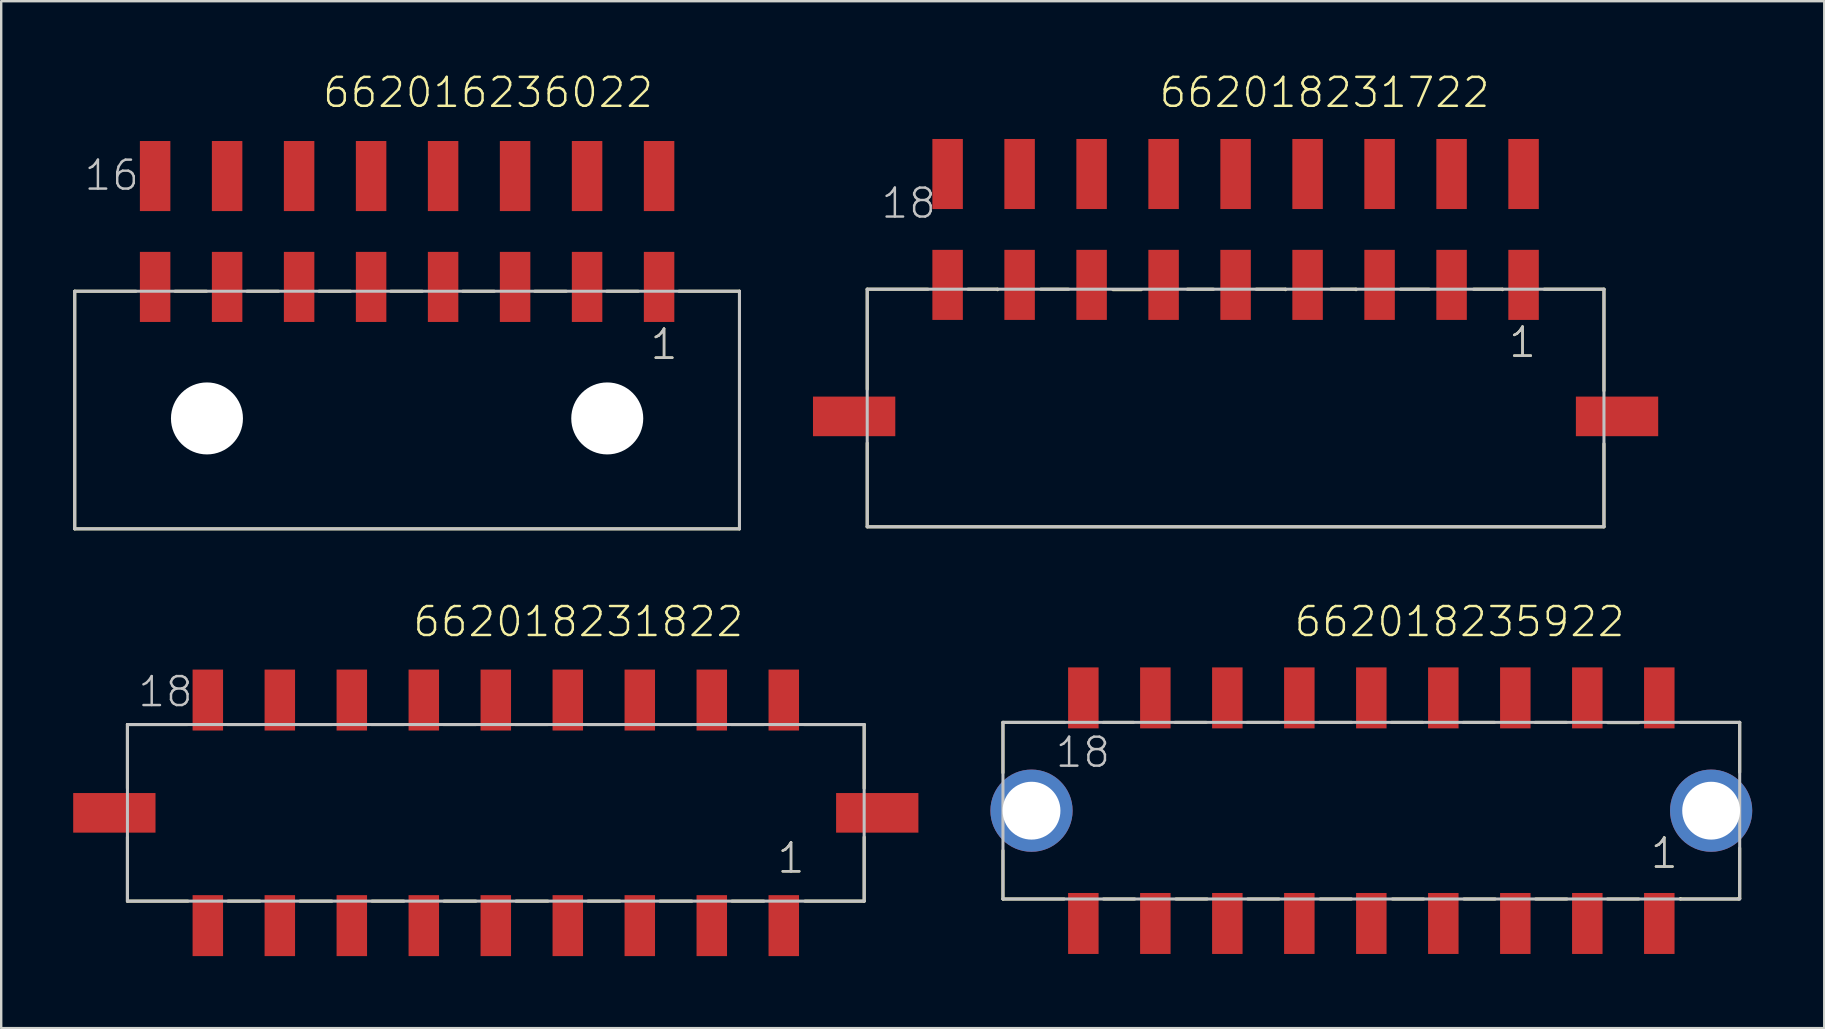
<source format=kicad_pcb>
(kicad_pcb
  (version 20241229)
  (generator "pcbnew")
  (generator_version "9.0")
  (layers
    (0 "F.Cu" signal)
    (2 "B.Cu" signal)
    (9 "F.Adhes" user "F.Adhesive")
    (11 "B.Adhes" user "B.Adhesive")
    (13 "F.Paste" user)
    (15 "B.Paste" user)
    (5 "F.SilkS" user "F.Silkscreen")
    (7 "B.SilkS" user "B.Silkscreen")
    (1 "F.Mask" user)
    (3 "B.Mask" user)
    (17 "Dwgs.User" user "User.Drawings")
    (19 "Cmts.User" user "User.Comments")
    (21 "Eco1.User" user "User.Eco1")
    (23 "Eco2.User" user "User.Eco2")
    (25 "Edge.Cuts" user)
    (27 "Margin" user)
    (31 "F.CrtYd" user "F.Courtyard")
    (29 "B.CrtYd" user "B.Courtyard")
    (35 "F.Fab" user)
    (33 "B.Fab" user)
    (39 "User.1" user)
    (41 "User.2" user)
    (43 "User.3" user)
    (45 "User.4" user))
  (footprint "662016236022"
    (layer "F.Cu")
    (at 13.914 14.386)
    (property "Reference" "662016236022" (at -3.585 -12.875 0) (layer "F.SilkS") (effects (font (size 1.206 1.206) (thickness 0.102)) (justify left bottom)))
    (attr through_hole)
    (fp_line (start -13.85 -5.3) (end -13.85 4.6) (stroke (width 0.127) (type solid)) (layer "F.SilkS"))
    (fp_line (start -13.85 4.6) (end 13.85 4.6) (stroke (width 0.127) (type solid)) (layer "F.SilkS"))
    (fp_line (start -11.3 -5.3) (end -13.85 -5.3) (stroke (width 0.127) (type solid)) (layer "F.SilkS"))
    (fp_line (start -9.67 -5.3) (end -8.36 -5.3) (stroke (width 0.127) (type solid)) (layer "F.SilkS"))
    (fp_line (start -6.67 -5.3) (end -5.36 -5.3) (stroke (width 0.127) (type solid)) (layer "F.SilkS"))
    (fp_line (start -3.67 -5.3) (end -2.36 -5.3) (stroke (width 0.127) (type solid)) (layer "F.SilkS"))
    (fp_line (start -0.68 -5.3) (end 0.63 -5.3) (stroke (width 0.127) (type solid)) (layer "F.SilkS"))
    (fp_line (start 2.32 -5.3) (end 3.63 -5.3) (stroke (width 0.127) (type solid)) (layer "F.SilkS"))
    (fp_line (start 5.32 -5.3) (end 6.63 -5.3) (stroke (width 0.127) (type solid)) (layer "F.SilkS"))
    (fp_line (start 8.32 -5.3) (end 9.63 -5.3) (stroke (width 0.127) (type solid)) (layer "F.SilkS"))
    (fp_line (start 11.33 -5.3) (end 13.85 -5.3) (stroke (width 0.127) (type solid)) (layer "F.SilkS"))
    (fp_line (start 13.85 4.6) (end 13.85 -5.3) (stroke (width 0.127) (type solid)) (layer "F.SilkS"))
    (fp_line (start -13.85 -5.3) (end 13.85 -5.3) (stroke (width 0.127) (type solid)) (layer "Dwgs.User"))
    (fp_line (start -13.85 4.6) (end -13.85 -5.3) (stroke (width 0.127) (type solid)) (layer "Dwgs.User"))
    (fp_line (start 13.85 -5.3) (end 13.85 4.6) (stroke (width 0.127) (type solid)) (layer "Dwgs.User"))
    (fp_line (start 13.85 4.6) (end -13.85 4.6) (stroke (width 0.127) (type solid)) (layer "Dwgs.User"))
    (fp_text user "1" (at 10.065 -2.38 0) (layer "F.SilkS") (effects (font (size 1.206 1.206) (thickness 0.102)) (justify left bottom)))
    (fp_text user "1" (at 10.065 -2.38 0) (layer "Dwgs.User") (effects (font (size 1.206 1.206) (thickness 0.102)) (justify left bottom)))
    (fp_text user "16" (at -13.525 -9.425 0) (layer "Dwgs.User") (effects (font (size 1.206 1.206) (thickness 0.102)) (justify left bottom)))
    (pad "" np_thru_hole circle (at -8.34 0) (size 3 3) (drill 3) (layers "*.Cu"))
    (pad "" np_thru_hole circle (at 8.34 0) (size 3 3) (drill 3) (layers "*.Cu"))
    (pad "1" smd rect (at 10.5 -5.48 90) (size 2.92 1.27) (layers "F.Cu" "F.Mask" "F.Paste"))
    (pad "2" smd rect (at 7.5 -5.48 90) (size 2.92 1.27) (layers "F.Cu" "F.Mask" "F.Paste"))
    (pad "3" smd rect (at 4.5 -5.48 90) (size 2.92 1.27) (layers "F.Cu" "F.Mask" "F.Paste"))
    (pad "4" smd rect (at 1.5 -5.48 90) (size 2.92 1.27) (layers "F.Cu" "F.Mask" "F.Paste"))
    (pad "5" smd rect (at -1.5 -5.48 90) (size 2.92 1.27) (layers "F.Cu" "F.Mask" "F.Paste"))
    (pad "6" smd rect (at -4.5 -5.48 90) (size 2.92 1.27) (layers "F.Cu" "F.Mask" "F.Paste"))
    (pad "7" smd rect (at -7.5 -5.48 90) (size 2.92 1.27) (layers "F.Cu" "F.Mask" "F.Paste"))
    (pad "8" smd rect (at -10.5 -5.48 90) (size 2.92 1.27) (layers "F.Cu" "F.Mask" "F.Paste"))
    (pad "9" smd rect (at 10.5 -10.1 90) (size 2.92 1.27) (layers "F.Cu" "F.Mask" "F.Paste"))
    (pad "10" smd rect (at 7.5 -10.1 90) (size 2.92 1.27) (layers "F.Cu" "F.Mask" "F.Paste"))
    (pad "11" smd rect (at 4.5 -10.1 90) (size 2.92 1.27) (layers "F.Cu" "F.Mask" "F.Paste"))
    (pad "12" smd rect (at 1.5 -10.1 90) (size 2.92 1.27) (layers "F.Cu" "F.Mask" "F.Paste"))
    (pad "13" smd rect (at -1.5 -10.1 90) (size 2.92 1.27) (layers "F.Cu" "F.Mask" "F.Paste"))
    (pad "14" smd rect (at -4.5 -10.1 90) (size 2.92 1.27) (layers "F.Cu" "F.Mask" "F.Paste"))
    (pad "15" smd rect (at -7.5 -10.1 90) (size 2.92 1.27) (layers "F.Cu" "F.Mask" "F.Paste"))
    (pad "16" smd rect (at -10.5 -10.1 90) (size 2.92 1.27) (layers "F.Cu" "F.Mask" "F.Paste")))
  (footprint "662018231822"
    (layer "F.Cu")
    (at 17.61 30.821)
    (property "Reference" "662018231822" (at -3.52 -7.26 0) (layer "F.SilkS") (effects (font (size 1.206 1.206) (thickness 0.102)) (justify left bottom)))
    (attr through_hole)
    (fp_line (start -15.35 -3.68) (end -15.35 -1.02) (stroke (width 0.127) (type solid)) (layer "F.SilkS"))
    (fp_line (start -15.35 1.01) (end -15.35 3.68) (stroke (width 0.127) (type solid)) (layer "F.SilkS"))
    (fp_line (start -12.83 -3.68) (end -15.35 -3.68) (stroke (width 0.127) (type solid)) (layer "F.SilkS"))
    (fp_line (start -12.83 3.68) (end -15.35 3.68) (stroke (width 0.127) (type solid)) (layer "F.SilkS"))
    (fp_line (start -11.19 -3.68) (end -9.81 -3.68) (stroke (width 0.127) (type solid)) (layer "F.SilkS"))
    (fp_line (start -11.16 3.68) (end -9.83 3.68) (stroke (width 0.127) (type solid)) (layer "F.SilkS"))
    (fp_line (start -8.19 -3.68) (end -6.81 -3.68) (stroke (width 0.127) (type solid)) (layer "F.SilkS"))
    (fp_line (start -8.16 3.68) (end -6.83 3.68) (stroke (width 0.127) (type solid)) (layer "F.SilkS"))
    (fp_line (start -5.19 -3.68) (end -3.81 -3.68) (stroke (width 0.127) (type solid)) (layer "F.SilkS"))
    (fp_line (start -5.16 3.68) (end -3.83 3.68) (stroke (width 0.127) (type solid)) (layer "F.SilkS"))
    (fp_line (start -2.19 -3.68) (end -0.81 -3.68) (stroke (width 0.127) (type solid)) (layer "F.SilkS"))
    (fp_line (start -2.16 3.68) (end -0.83 3.68) (stroke (width 0.127) (type solid)) (layer "F.SilkS"))
    (fp_line (start 0.81 -3.68) (end 2.19 -3.68) (stroke (width 0.127) (type solid)) (layer "F.SilkS"))
    (fp_line (start 0.84 3.68) (end 2.17 3.68) (stroke (width 0.127) (type solid)) (layer "F.SilkS"))
    (fp_line (start 3.81 -3.68) (end 5.19 -3.68) (stroke (width 0.127) (type solid)) (layer "F.SilkS"))
    (fp_line (start 3.84 3.68) (end 5.17 3.68) (stroke (width 0.127) (type solid)) (layer "F.SilkS"))
    (fp_line (start 6.81 -3.68) (end 8.19 -3.68) (stroke (width 0.127) (type solid)) (layer "F.SilkS"))
    (fp_line (start 6.84 3.68) (end 8.17 3.68) (stroke (width 0.127) (type solid)) (layer "F.SilkS"))
    (fp_line (start 9.81 -3.68) (end 11.19 -3.68) (stroke (width 0.127) (type solid)) (layer "F.SilkS"))
    (fp_line (start 9.84 3.68) (end 11.17 3.68) (stroke (width 0.127) (type solid)) (layer "F.SilkS"))
    (fp_line (start 12.84 -3.68) (end 15.35 -3.68) (stroke (width 0.127) (type solid)) (layer "F.SilkS"))
    (fp_line (start 15.35 -3.68) (end 15.35 -1.02) (stroke (width 0.127) (type solid)) (layer "F.SilkS"))
    (fp_line (start 15.35 1.01) (end 15.35 3.68) (stroke (width 0.127) (type solid)) (layer "F.SilkS"))
    (fp_line (start 15.35 3.68) (end 12.88 3.68) (stroke (width 0.127) (type solid)) (layer "F.SilkS"))
    (fp_line (start -15.35 -3.68) (end 15.35 -3.68) (stroke (width 0.127) (type solid)) (layer "Dwgs.User"))
    (fp_line (start -15.35 3.68) (end -15.35 -3.68) (stroke (width 0.127) (type solid)) (layer "Dwgs.User"))
    (fp_line (start 15.35 -3.68) (end 15.35 3.68) (stroke (width 0.127) (type solid)) (layer "Dwgs.User"))
    (fp_line (start 15.35 3.68) (end -15.35 3.68) (stroke (width 0.127) (type solid)) (layer "Dwgs.User"))
    (fp_text user "1" (at 11.66 2.59 0) (layer "F.SilkS") (effects (font (size 1.206 1.206) (thickness 0.102)) (justify left bottom)))
    (fp_text user "18" (at -14.98 -4.34 0) (layer "Dwgs.User") (effects (font (size 1.206 1.206) (thickness 0.102)) (justify left bottom)))
    (fp_text user "1" (at 11.66 2.59 0) (layer "Dwgs.User") (effects (font (size 1.206 1.206) (thickness 0.102)) (justify left bottom)))
    (pad "1" smd rect (at 12 4.7 90) (size 2.54 1.27) (layers "F.Cu" "F.Mask" "F.Paste"))
    (pad "2" smd rect (at 9 4.7 90) (size 2.54 1.27) (layers "F.Cu" "F.Mask" "F.Paste"))
    (pad "3" smd rect (at 6 4.7 90) (size 2.54 1.27) (layers "F.Cu" "F.Mask" "F.Paste"))
    (pad "4" smd rect (at 3 4.7 90) (size 2.54 1.27) (layers "F.Cu" "F.Mask" "F.Paste"))
    (pad "5" smd rect (at 0 4.7 90) (size 2.54 1.27) (layers "F.Cu" "F.Mask" "F.Paste"))
    (pad "6" smd rect (at -3 4.7 90) (size 2.54 1.27) (layers "F.Cu" "F.Mask" "F.Paste"))
    (pad "7" smd rect (at -6 4.7 90) (size 2.54 1.27) (layers "F.Cu" "F.Mask" "F.Paste"))
    (pad "8" smd rect (at -9 4.7 90) (size 2.54 1.27) (layers "F.Cu" "F.Mask" "F.Paste"))
    (pad "9" smd rect (at -12 4.7 90) (size 2.54 1.27) (layers "F.Cu" "F.Mask" "F.Paste"))
    (pad "10" smd rect (at 12 -4.7 90) (size 2.54 1.27) (layers "F.Cu" "F.Mask" "F.Paste"))
    (pad "11" smd rect (at 9 -4.7 90) (size 2.54 1.27) (layers "F.Cu" "F.Mask" "F.Paste"))
    (pad "12" smd rect (at 6 -4.7 90) (size 2.54 1.27) (layers "F.Cu" "F.Mask" "F.Paste"))
    (pad "13" smd rect (at 3 -4.7 90) (size 2.54 1.27) (layers "F.Cu" "F.Mask" "F.Paste"))
    (pad "14" smd rect (at 0 -4.7 90) (size 2.54 1.27) (layers "F.Cu" "F.Mask" "F.Paste"))
    (pad "15" smd rect (at -3 -4.7 90) (size 2.54 1.27) (layers "F.Cu" "F.Mask" "F.Paste"))
    (pad "16" smd rect (at -6 -4.7 90) (size 2.54 1.27) (layers "F.Cu" "F.Mask" "F.Paste"))
    (pad "17" smd rect (at -9 -4.7 90) (size 2.54 1.27) (layers "F.Cu" "F.Mask" "F.Paste"))
    (pad "18" smd rect (at -12 -4.7 90) (size 2.54 1.27) (layers "F.Cu" "F.Mask" "F.Paste"))
    (pad "M1" smd rect (at 15.895 0 180) (size 3.43 1.65) (layers "F.Cu" "F.Mask" "F.Paste"))
    (pad "M2" smd rect (at -15.895 0 180) (size 3.43 1.65) (layers "F.Cu" "F.Mask" "F.Paste")))
  (footprint "662018231722"
    (layer "F.Cu")
    (at 48.437 14.301)
    (property "Reference" "662018231722" (at -3.25 -12.79 0) (layer "F.SilkS") (effects (font (size 1.206 1.206) (thickness 0.102)) (justify left bottom)))
    (attr through_hole)
    (fp_line (start -15.35 -5.3) (end -15.35 -1.13) (stroke (width 0.127) (type solid)) (layer "F.SilkS"))
    (fp_line (start -15.35 1.11) (end -15.35 4.6) (stroke (width 0.127) (type solid)) (layer "F.SilkS"))
    (fp_line (start -15.35 4.6) (end 15.35 4.6) (stroke (width 0.127) (type solid)) (layer "F.SilkS"))
    (fp_line (start -12.82 -5.3) (end -15.35 -5.3) (stroke (width 0.127) (type solid)) (layer "F.SilkS"))
    (fp_line (start -11.15 -5.3) (end -9.92 -5.3) (stroke (width 0.127) (type solid)) (layer "F.SilkS"))
    (fp_line (start -9.92 -5.3) (end -9.92 -5.28) (stroke (width 0.127) (type solid)) (layer "F.SilkS"))
    (fp_line (start -8.12 -5.3) (end -6.96 -5.3) (stroke (width 0.127) (type solid)) (layer "F.SilkS"))
    (fp_line (start -5.11 -5.28) (end -3.93 -5.28) (stroke (width 0.127) (type solid)) (layer "F.SilkS"))
    (fp_line (start -2.01 -5.3) (end -0.92 -5.3) (stroke (width 0.127) (type solid)) (layer "F.SilkS"))
    (fp_line (start 0.86 -5.3) (end 2.08 -5.3) (stroke (width 0.127) (type solid)) (layer "F.SilkS"))
    (fp_line (start 2.08 -5.3) (end 2.08 -5.28) (stroke (width 0.127) (type solid)) (layer "F.SilkS"))
    (fp_line (start 3.97 -5.3) (end 5.02 -5.3) (stroke (width 0.127) (type solid)) (layer "F.SilkS"))
    (fp_line (start 5.02 -5.3) (end 5.02 -5.28) (stroke (width 0.127) (type solid)) (layer "F.SilkS"))
    (fp_line (start 6.87 -5.3) (end 8.07 -5.3) (stroke (width 0.127) (type solid)) (layer "F.SilkS"))
    (fp_line (start 9.92 -5.3) (end 11.12 -5.3) (stroke (width 0.127) (type solid)) (layer "F.SilkS"))
    (fp_line (start 11.12 -5.3) (end 11.12 -5.28) (stroke (width 0.127) (type solid)) (layer "F.SilkS"))
    (fp_line (start 12.86 -5.3) (end 15.35 -5.3) (stroke (width 0.127) (type solid)) (layer "F.SilkS"))
    (fp_line (start 15.35 -5.3) (end 15.35 -1.07) (stroke (width 0.127) (type solid)) (layer "F.SilkS"))
    (fp_line (start 15.35 4.6) (end 15.35 1.14) (stroke (width 0.127) (type solid)) (layer "F.SilkS"))
    (fp_line (start -15.35 -5.3) (end 15.35 -5.3) (stroke (width 0.127) (type solid)) (layer "Dwgs.User"))
    (fp_line (start -15.35 4.6) (end -15.35 -5.3) (stroke (width 0.127) (type solid)) (layer "Dwgs.User"))
    (fp_line (start 15.35 -5.3) (end 15.35 4.6) (stroke (width 0.127) (type solid)) (layer "Dwgs.User"))
    (fp_line (start 15.35 4.6) (end -15.35 4.6) (stroke (width 0.127) (type solid)) (layer "Dwgs.User"))
    (fp_text user "1" (at 11.315 -2.38 0) (layer "F.SilkS") (effects (font (size 1.206 1.206) (thickness 0.102)) (justify left bottom)))
    (fp_text user "1" (at 11.315 -2.38 0) (layer "Dwgs.User") (effects (font (size 1.206 1.206) (thickness 0.102)) (justify left bottom)))
    (fp_text user "18" (at -14.84 -8.175 0) (layer "Dwgs.User") (effects (font (size 1.206 1.206) (thickness 0.102)) (justify left bottom)))
    (pad "1" smd rect (at 12 -5.48 90) (size 2.92 1.27) (layers "F.Cu" "F.Mask" "F.Paste"))
    (pad "2" smd rect (at 9 -5.48 90) (size 2.92 1.27) (layers "F.Cu" "F.Mask" "F.Paste"))
    (pad "3" smd rect (at 6 -5.48 90) (size 2.92 1.27) (layers "F.Cu" "F.Mask" "F.Paste"))
    (pad "4" smd rect (at 3 -5.48 90) (size 2.92 1.27) (layers "F.Cu" "F.Mask" "F.Paste"))
    (pad "5" smd rect (at 0 -5.48 90) (size 2.92 1.27) (layers "F.Cu" "F.Mask" "F.Paste"))
    (pad "6" smd rect (at -3 -5.48 90) (size 2.92 1.27) (layers "F.Cu" "F.Mask" "F.Paste"))
    (pad "7" smd rect (at -6 -5.48 90) (size 2.92 1.27) (layers "F.Cu" "F.Mask" "F.Paste"))
    (pad "8" smd rect (at -9 -5.48 90) (size 2.92 1.27) (layers "F.Cu" "F.Mask" "F.Paste"))
    (pad "9" smd rect (at -12 -5.48 90) (size 2.92 1.27) (layers "F.Cu" "F.Mask" "F.Paste"))
    (pad "10" smd rect (at 12 -10.1 90) (size 2.92 1.27) (layers "F.Cu" "F.Mask" "F.Paste"))
    (pad "11" smd rect (at 9 -10.1 90) (size 2.92 1.27) (layers "F.Cu" "F.Mask" "F.Paste"))
    (pad "12" smd rect (at 6 -10.1 90) (size 2.92 1.27) (layers "F.Cu" "F.Mask" "F.Paste"))
    (pad "13" smd rect (at 3 -10.1 90) (size 2.92 1.27) (layers "F.Cu" "F.Mask" "F.Paste"))
    (pad "14" smd rect (at 0 -10.1 90) (size 2.92 1.27) (layers "F.Cu" "F.Mask" "F.Paste"))
    (pad "15" smd rect (at -3 -10.1 90) (size 2.92 1.27) (layers "F.Cu" "F.Mask" "F.Paste"))
    (pad "16" smd rect (at -6 -10.1 90) (size 2.92 1.27) (layers "F.Cu" "F.Mask" "F.Paste"))
    (pad "17" smd rect (at -9 -10.1 90) (size 2.92 1.27) (layers "F.Cu" "F.Mask" "F.Paste"))
    (pad "18" smd rect (at -12 -10.1 90) (size 2.92 1.27) (layers "F.Cu" "F.Mask" "F.Paste"))
    (pad "M1" smd rect (at 15.895 0) (size 3.43 1.65) (layers "F.Cu" "F.Mask" "F.Paste"))
    (pad "M2" smd rect (at -15.895 0) (size 3.43 1.65) (layers "F.Cu" "F.Mask" "F.Paste")))
  (footprint "662018235922"
    (layer "F.Cu")
    (at 54.093 30.731)
    (property "Reference" "662018235922" (at -3.28 -7.17 0) (layer "F.SilkS") (effects (font (size 1.206 1.206) (thickness 0.102)) (justify left bottom)))
    (attr through_hole)
    (fp_line (start -15.35 -3.68) (end -15.35 -1.58) (stroke (width 0.127) (type solid)) (layer "F.SilkS"))
    (fp_line (start -15.35 1.66) (end -15.35 3.68) (stroke (width 0.127) (type solid)) (layer "F.SilkS"))
    (fp_line (start -15.35 3.68) (end -12.8 3.68) (stroke (width 0.127) (type solid)) (layer "F.SilkS"))
    (fp_line (start -12.78 -3.68) (end -15.35 -3.68) (stroke (width 0.127) (type solid)) (layer "F.SilkS"))
    (fp_line (start -11.17 -3.68) (end -9.91 -3.68) (stroke (width 0.127) (type solid)) (layer "F.SilkS"))
    (fp_line (start -11.16 3.68) (end -9.86 3.68) (stroke (width 0.127) (type solid)) (layer "F.SilkS"))
    (fp_line (start -8.18 -3.68) (end -6.88 -3.68) (stroke (width 0.127) (type solid)) (layer "F.SilkS"))
    (fp_line (start -8.14 3.68) (end -6.84 3.68) (stroke (width 0.127) (type solid)) (layer "F.SilkS"))
    (fp_line (start -5.18 -3.68) (end -3.84 -3.68) (stroke (width 0.127) (type solid)) (layer "F.SilkS"))
    (fp_line (start -5.15 3.68) (end -3.85 3.68) (stroke (width 0.127) (type solid)) (layer "F.SilkS"))
    (fp_line (start -2.16 -3.68) (end -0.82 -3.68) (stroke (width 0.127) (type solid)) (layer "F.SilkS"))
    (fp_line (start -2.13 3.68) (end -0.83 3.68) (stroke (width 0.127) (type solid)) (layer "F.SilkS"))
    (fp_line (start 0.84 -3.68) (end 2.14 -3.68) (stroke (width 0.127) (type solid)) (layer "F.SilkS"))
    (fp_line (start 0.88 3.68) (end 2.18 3.68) (stroke (width 0.127) (type solid)) (layer "F.SilkS"))
    (fp_line (start 3.83 -3.68) (end 5.13 -3.68) (stroke (width 0.127) (type solid)) (layer "F.SilkS"))
    (fp_line (start 3.86 3.68) (end 5.16 3.68) (stroke (width 0.127) (type solid)) (layer "F.SilkS"))
    (fp_line (start 6.83 -3.68) (end 8.13 -3.68) (stroke (width 0.127) (type solid)) (layer "F.SilkS"))
    (fp_line (start 6.85 3.68) (end 8.15 3.68) (stroke (width 0.127) (type solid)) (layer "F.SilkS"))
    (fp_line (start 9.84 3.68) (end 11.14 3.68) (stroke (width 0.127) (type solid)) (layer "F.SilkS"))
    (fp_line (start 9.85 -3.67) (end 11.15 -3.67) (stroke (width 0.127) (type solid)) (layer "F.SilkS"))
    (fp_line (start 12.88 -3.68) (end 15.35 -3.68) (stroke (width 0.127) (type solid)) (layer "F.SilkS"))
    (fp_line (start 12.88 3.68) (end 12.88 3.66) (stroke (width 0.127) (type solid)) (layer "F.SilkS"))
    (fp_line (start 15.31 3.66) (end 15.31 3.68) (stroke (width 0.127) (type solid)) (layer "F.SilkS"))
    (fp_line (start 15.31 3.68) (end 12.88 3.68) (stroke (width 0.127) (type solid)) (layer "F.SilkS"))
    (fp_line (start 15.35 -3.68) (end 15.35 -1.6) (stroke (width 0.127) (type solid)) (layer "F.SilkS"))
    (fp_line (start 15.35 1.56) (end 15.35 3.66) (stroke (width 0.127) (type solid)) (layer "F.SilkS"))
    (fp_line (start 15.35 3.66) (end 15.31 3.66) (stroke (width 0.127) (type solid)) (layer "F.SilkS"))
    (fp_line (start -15.35 -3.68) (end 15.35 -3.68) (stroke (width 0.127) (type solid)) (layer "Dwgs.User"))
    (fp_line (start -15.35 3.68) (end -15.35 -3.68) (stroke (width 0.127) (type solid)) (layer "Dwgs.User"))
    (fp_line (start 15.35 -3.68) (end 15.35 3.68) (stroke (width 0.127) (type solid)) (layer "Dwgs.User"))
    (fp_line (start 15.35 3.68) (end -15.35 3.68) (stroke (width 0.127) (type solid)) (layer "Dwgs.User"))
    (fp_text user "1" (at 11.565 2.48 0) (layer "F.SilkS") (effects (font (size 1.206 1.206) (thickness 0.102)) (justify left bottom)))
    (fp_text user "18" (at -13.235 -1.725 0) (layer "Dwgs.User") (effects (font (size 1.206 1.206) (thickness 0.102)) (justify left bottom)))
    (fp_text user "1" (at 11.565 2.48 0) (layer "Dwgs.User") (effects (font (size 1.206 1.206) (thickness 0.102)) (justify left bottom)))
    (pad "1" smd rect (at 12 4.7 90) (size 2.54 1.27) (layers "F.Cu" "F.Mask" "F.Paste"))
    (pad "2" smd rect (at 9 4.7 90) (size 2.54 1.27) (layers "F.Cu" "F.Mask" "F.Paste"))
    (pad "3" smd rect (at 6 4.7 90) (size 2.54 1.27) (layers "F.Cu" "F.Mask" "F.Paste"))
    (pad "4" smd rect (at 3 4.7 90) (size 2.54 1.27) (layers "F.Cu" "F.Mask" "F.Paste"))
    (pad "5" smd rect (at 0 4.7 90) (size 2.54 1.27) (layers "F.Cu" "F.Mask" "F.Paste"))
    (pad "6" smd rect (at -3 4.7 90) (size 2.54 1.27) (layers "F.Cu" "F.Mask" "F.Paste"))
    (pad "7" smd rect (at -6 4.7 90) (size 2.54 1.27) (layers "F.Cu" "F.Mask" "F.Paste"))
    (pad "8" smd rect (at -9 4.7 90) (size 2.54 1.27) (layers "F.Cu" "F.Mask" "F.Paste"))
    (pad "9" smd rect (at -12 4.7 90) (size 2.54 1.27) (layers "F.Cu" "F.Mask" "F.Paste"))
    (pad "10" smd rect (at 12 -4.7 90) (size 2.54 1.27) (layers "F.Cu" "F.Mask" "F.Paste"))
    (pad "11" smd rect (at 9 -4.7 90) (size 2.54 1.27) (layers "F.Cu" "F.Mask" "F.Paste"))
    (pad "12" smd rect (at 6 -4.7 90) (size 2.54 1.27) (layers "F.Cu" "F.Mask" "F.Paste"))
    (pad "13" smd rect (at 3 -4.7 90) (size 2.54 1.27) (layers "F.Cu" "F.Mask" "F.Paste"))
    (pad "14" smd rect (at 0 -4.7 90) (size 2.54 1.27) (layers "F.Cu" "F.Mask" "F.Paste"))
    (pad "15" smd rect (at -3 -4.7 90) (size 2.54 1.27) (layers "F.Cu" "F.Mask" "F.Paste"))
    (pad "16" smd rect (at -6 -4.7 90) (size 2.54 1.27) (layers "F.Cu" "F.Mask" "F.Paste"))
    (pad "17" smd rect (at -9 -4.7 90) (size 2.54 1.27) (layers "F.Cu" "F.Mask" "F.Paste"))
    (pad "18" smd rect (at -12 -4.7 90) (size 2.54 1.27) (layers "F.Cu" "F.Mask" "F.Paste"))
    (pad "Z1" thru_hole circle (at -14.16 0) (size 3.426 3.426) (drill 2.41) (layers "*.Cu" "*.Mask"))
    (pad "Z2" thru_hole circle (at 14.16 0) (size 3.426 3.426) (drill 2.41) (layers "*.Cu" "*.Mask")))
  (gr_rect
    (start -3 -3)
    (end 72.966 39.791)
    (stroke (width 0.1) (type default))
    (fill no)
    (layer "Edge.Cuts")))
</source>
